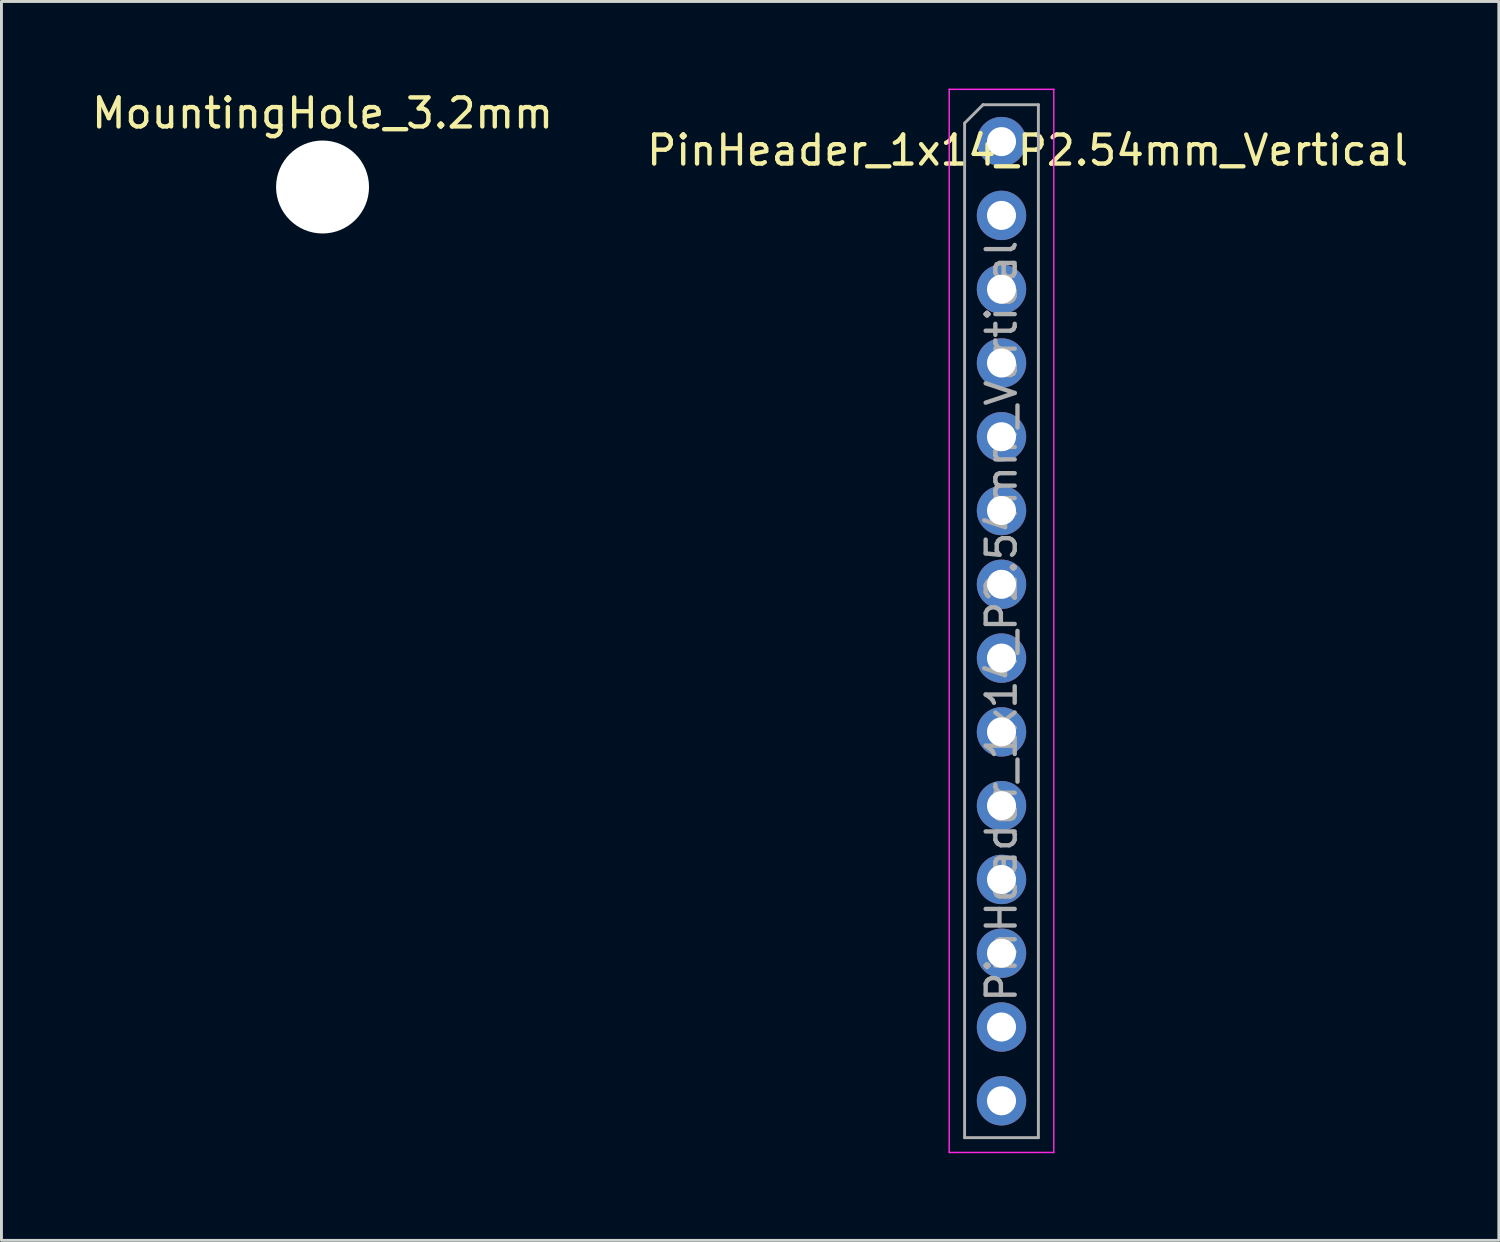
<source format=kicad_pcb>
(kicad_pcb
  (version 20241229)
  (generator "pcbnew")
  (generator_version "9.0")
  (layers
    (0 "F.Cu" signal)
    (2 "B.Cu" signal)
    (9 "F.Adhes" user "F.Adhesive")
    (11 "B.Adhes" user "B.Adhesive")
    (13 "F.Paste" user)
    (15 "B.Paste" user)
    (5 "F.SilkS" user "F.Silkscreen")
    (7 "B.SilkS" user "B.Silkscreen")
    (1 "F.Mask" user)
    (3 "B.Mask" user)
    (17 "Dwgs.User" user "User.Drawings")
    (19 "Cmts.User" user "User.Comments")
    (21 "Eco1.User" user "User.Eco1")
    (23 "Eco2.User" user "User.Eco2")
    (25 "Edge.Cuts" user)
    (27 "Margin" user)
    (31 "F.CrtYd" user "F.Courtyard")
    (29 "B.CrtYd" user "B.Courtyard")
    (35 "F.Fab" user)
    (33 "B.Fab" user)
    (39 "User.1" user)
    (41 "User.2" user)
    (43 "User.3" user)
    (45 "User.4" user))
  (footprint "MountingHole_3.2mm"
    (layer "F.Cu")
    (at 8.054 3.388)
    (property "Reference" "MountingHole_3.2mm" (at 0 -2.54 0) (layer "F.SilkS") (effects (font (size 1 1) (thickness 0.15))))
    (attr exclude_from_pos_files exclude_from_bom)
    (pad "" np_thru_hole circle (at 0 0) (size 3.2 3.2) (drill 3.2) (layers "*.Cu" "*.Mask")))
  (footprint "PinHeader_1x14_P2.54mm_Vertical"
    (layer "F.Cu")
    (at 31.427 1.825)
    (property "Reference" "PinHeader_1x14_P2.54mm_Vertical" (at 0.9 0.3 0) (layer "F.SilkS") (effects (font (size 1 1) (thickness 0.15))))
    (attr through_hole)
    (fp_line (start -1.8 -1.8) (end -1.8 34.8) (stroke (width 0.05) (type solid)) (layer "F.CrtYd"))
    (fp_line (start -1.8 34.8) (end 1.8 34.8) (stroke (width 0.05) (type solid)) (layer "F.CrtYd"))
    (fp_line (start 1.8 -1.8) (end -1.8 -1.8) (stroke (width 0.05) (type solid)) (layer "F.CrtYd"))
    (fp_line (start 1.8 34.8) (end 1.8 -1.8) (stroke (width 0.05) (type solid)) (layer "F.CrtYd"))
    (fp_line (start -1.27 -0.635) (end -0.635 -1.27) (stroke (width 0.1) (type solid)) (layer "F.Fab"))
    (fp_line (start -1.27 34.29) (end -1.27 -0.635) (stroke (width 0.1) (type solid)) (layer "F.Fab"))
    (fp_line (start -0.635 -1.27) (end 1.27 -1.27) (stroke (width 0.1) (type solid)) (layer "F.Fab"))
    (fp_line (start 1.27 -1.27) (end 1.27 34.29) (stroke (width 0.1) (type solid)) (layer "F.Fab"))
    (fp_line (start 1.27 34.29) (end -1.27 34.29) (stroke (width 0.1) (type solid)) (layer "F.Fab"))
    (fp_text user "${REFERENCE}" (at 0 16.51 90) (layer "F.Fab") (effects (font (size 1 1) (thickness 0.15))))
    (pad "1" thru_hole circle (at 0 0) (size 1.7 1.7) (drill 1) (layers "*.Cu" "*.Mask"))
    (pad "2" thru_hole oval (at 0 2.54) (size 1.7 1.7) (drill 1) (layers "*.Cu" "*.Mask"))
    (pad "3" thru_hole oval (at 0 5.08) (size 1.7 1.7) (drill 1) (layers "*.Cu" "*.Mask"))
    (pad "4" thru_hole oval (at 0 7.62) (size 1.7 1.7) (drill 1) (layers "*.Cu" "*.Mask"))
    (pad "5" thru_hole oval (at 0 10.16) (size 1.7 1.7) (drill 1) (layers "*.Cu" "*.Mask"))
    (pad "6" thru_hole oval (at 0 12.7) (size 1.7 1.7) (drill 1) (layers "*.Cu" "*.Mask"))
    (pad "7" thru_hole oval (at 0 15.24) (size 1.7 1.7) (drill 1) (layers "*.Cu" "*.Mask"))
    (pad "8" thru_hole oval (at 0 17.78) (size 1.7 1.7) (drill 1) (layers "*.Cu" "*.Mask"))
    (pad "9" thru_hole oval (at 0 20.32) (size 1.7 1.7) (drill 1) (layers "*.Cu" "*.Mask"))
    (pad "10" thru_hole oval (at 0 22.86) (size 1.7 1.7) (drill 1) (layers "*.Cu" "*.Mask"))
    (pad "11" thru_hole oval (at 0 25.4) (size 1.7 1.7) (drill 1) (layers "*.Cu" "*.Mask"))
    (pad "12" thru_hole oval (at 0 27.94) (size 1.7 1.7) (drill 1) (layers "*.Cu" "*.Mask"))
    (pad "13" thru_hole oval (at 0 30.48) (size 1.7 1.7) (drill 1) (layers "*.Cu" "*.Mask"))
    (pad "14" thru_hole oval (at 0 33.02) (size 1.7 1.7) (drill 1) (layers "*.Cu" "*.Mask")))
  (gr_rect
    (start -3 -3)
    (end 48.548 39.65)
    (stroke (width 0.1) (type default))
    (fill no)
    (layer "Edge.Cuts")))
</source>
